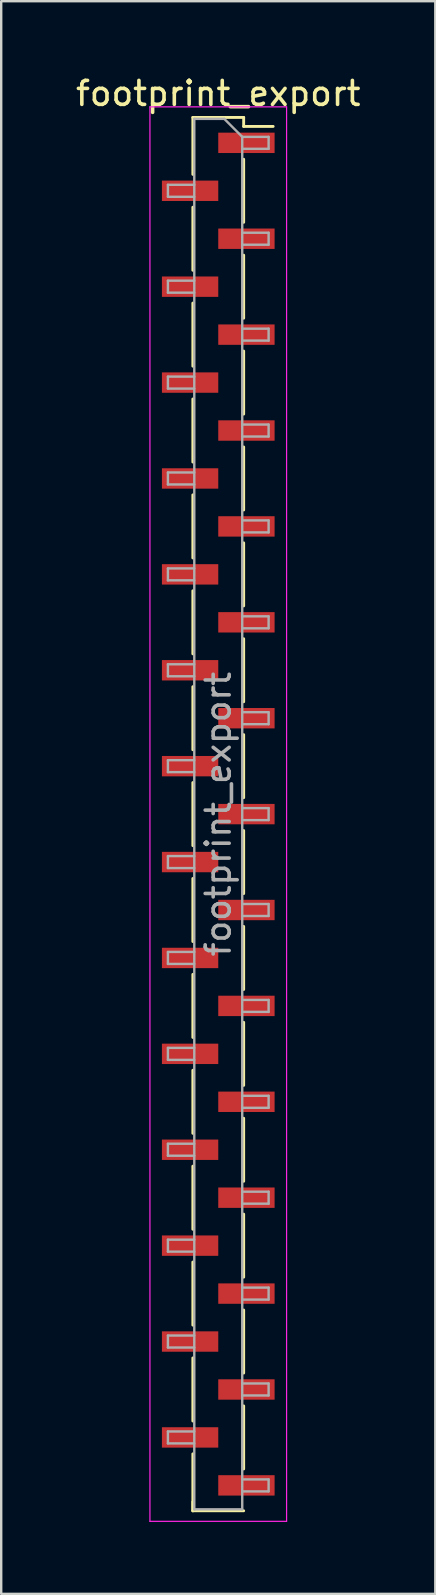
<source format=kicad_pcb>
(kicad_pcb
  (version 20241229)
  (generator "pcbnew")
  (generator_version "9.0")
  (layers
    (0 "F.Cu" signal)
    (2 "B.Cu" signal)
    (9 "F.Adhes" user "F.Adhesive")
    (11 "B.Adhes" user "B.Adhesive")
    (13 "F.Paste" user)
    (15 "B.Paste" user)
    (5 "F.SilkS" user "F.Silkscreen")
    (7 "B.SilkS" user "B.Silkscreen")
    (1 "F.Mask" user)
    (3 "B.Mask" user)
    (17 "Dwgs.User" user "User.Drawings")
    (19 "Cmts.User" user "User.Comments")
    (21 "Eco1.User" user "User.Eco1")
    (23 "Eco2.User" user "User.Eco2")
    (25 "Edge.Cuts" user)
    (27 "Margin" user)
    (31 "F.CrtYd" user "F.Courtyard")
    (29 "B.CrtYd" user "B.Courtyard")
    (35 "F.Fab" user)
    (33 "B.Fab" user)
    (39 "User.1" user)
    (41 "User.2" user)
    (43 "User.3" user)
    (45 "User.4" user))
  (footprint "footprint_export"
    (layer "F.Cu")
    (at 6.054 30.908)
    (property "Reference" "footprint_export" (at 0 -30.06 0) (layer "F.SilkS") (effects (font (size 1 1) (thickness 0.15))))
    (attr smd)
    (fp_line (start -1.06 -29.06) (end -1.06 -26.685) (stroke (width 0.12) (type solid)) (layer "F.SilkS"))
    (fp_line (start -1.06 -29.06) (end 1.06 -29.06) (stroke (width 0.12) (type solid)) (layer "F.SilkS"))
    (fp_line (start -1.06 -25.315) (end -1.06 -22.685) (stroke (width 0.12) (type solid)) (layer "F.SilkS"))
    (fp_line (start -1.06 -21.315) (end -1.06 -18.685) (stroke (width 0.12) (type solid)) (layer "F.SilkS"))
    (fp_line (start -1.06 -17.315) (end -1.06 -14.685) (stroke (width 0.12) (type solid)) (layer "F.SilkS"))
    (fp_line (start -1.06 -13.315) (end -1.06 -10.685) (stroke (width 0.12) (type solid)) (layer "F.SilkS"))
    (fp_line (start -1.06 -9.315) (end -1.06 -6.685) (stroke (width 0.12) (type solid)) (layer "F.SilkS"))
    (fp_line (start -1.06 -5.315) (end -1.06 -2.685) (stroke (width 0.12) (type solid)) (layer "F.SilkS"))
    (fp_line (start -1.06 -1.315) (end -1.06 1.315) (stroke (width 0.12) (type solid)) (layer "F.SilkS"))
    (fp_line (start -1.06 2.685) (end -1.06 5.315) (stroke (width 0.12) (type solid)) (layer "F.SilkS"))
    (fp_line (start -1.06 6.685) (end -1.06 9.315) (stroke (width 0.12) (type solid)) (layer "F.SilkS"))
    (fp_line (start -1.06 10.685) (end -1.06 13.315) (stroke (width 0.12) (type solid)) (layer "F.SilkS"))
    (fp_line (start -1.06 14.685) (end -1.06 17.315) (stroke (width 0.12) (type solid)) (layer "F.SilkS"))
    (fp_line (start -1.06 18.685) (end -1.06 21.315) (stroke (width 0.12) (type solid)) (layer "F.SilkS"))
    (fp_line (start -1.06 22.685) (end -1.06 25.315) (stroke (width 0.12) (type solid)) (layer "F.SilkS"))
    (fp_line (start -1.06 26.685) (end -1.06 29.06) (stroke (width 0.12) (type solid)) (layer "F.SilkS"))
    (fp_line (start -1.06 28.685) (end -1.06 29.06) (stroke (width 0.12) (type solid)) (layer "F.SilkS"))
    (fp_line (start -1.06 29.06) (end 1.06 29.06) (stroke (width 0.12) (type solid)) (layer "F.SilkS"))
    (fp_line (start 1.06 -29.06) (end 1.06 -28.685) (stroke (width 0.12) (type solid)) (layer "F.SilkS"))
    (fp_line (start 1.06 -28.685) (end 2.29 -28.685) (stroke (width 0.12) (type solid)) (layer "F.SilkS"))
    (fp_line (start 1.06 -27.315) (end 1.06 -24.685) (stroke (width 0.12) (type solid)) (layer "F.SilkS"))
    (fp_line (start 1.06 -23.315) (end 1.06 -20.685) (stroke (width 0.12) (type solid)) (layer "F.SilkS"))
    (fp_line (start 1.06 -19.315) (end 1.06 -16.685) (stroke (width 0.12) (type solid)) (layer "F.SilkS"))
    (fp_line (start 1.06 -15.315) (end 1.06 -12.685) (stroke (width 0.12) (type solid)) (layer "F.SilkS"))
    (fp_line (start 1.06 -11.315) (end 1.06 -8.685) (stroke (width 0.12) (type solid)) (layer "F.SilkS"))
    (fp_line (start 1.06 -7.315) (end 1.06 -4.685) (stroke (width 0.12) (type solid)) (layer "F.SilkS"))
    (fp_line (start 1.06 -3.315) (end 1.06 -0.685) (stroke (width 0.12) (type solid)) (layer "F.SilkS"))
    (fp_line (start 1.06 0.685) (end 1.06 3.315) (stroke (width 0.12) (type solid)) (layer "F.SilkS"))
    (fp_line (start 1.06 4.685) (end 1.06 7.315) (stroke (width 0.12) (type solid)) (layer "F.SilkS"))
    (fp_line (start 1.06 8.685) (end 1.06 11.315) (stroke (width 0.12) (type solid)) (layer "F.SilkS"))
    (fp_line (start 1.06 12.685) (end 1.06 15.315) (stroke (width 0.12) (type solid)) (layer "F.SilkS"))
    (fp_line (start 1.06 16.685) (end 1.06 19.315) (stroke (width 0.12) (type solid)) (layer "F.SilkS"))
    (fp_line (start 1.06 20.685) (end 1.06 23.315) (stroke (width 0.12) (type solid)) (layer "F.SilkS"))
    (fp_line (start 1.06 24.685) (end 1.06 27.315) (stroke (width 0.12) (type solid)) (layer "F.SilkS"))
    (fp_line (start -2.85 -29.5) (end -2.85 29.5) (stroke (width 0.05) (type solid)) (layer "F.CrtYd"))
    (fp_line (start -2.85 29.5) (end 2.85 29.5) (stroke (width 0.05) (type solid)) (layer "F.CrtYd"))
    (fp_line (start 2.85 -29.5) (end -2.85 -29.5) (stroke (width 0.05) (type solid)) (layer "F.CrtYd"))
    (fp_line (start 2.85 29.5) (end 2.85 -29.5) (stroke (width 0.05) (type solid)) (layer "F.CrtYd"))
    (fp_line (start -2.1 -26.25) (end -2.1 -25.75) (stroke (width 0.1) (type solid)) (layer "F.Fab"))
    (fp_line (start -2.1 -25.75) (end -1 -25.75) (stroke (width 0.1) (type solid)) (layer "F.Fab"))
    (fp_line (start -2.1 -22.25) (end -2.1 -21.75) (stroke (width 0.1) (type solid)) (layer "F.Fab"))
    (fp_line (start -2.1 -21.75) (end -1 -21.75) (stroke (width 0.1) (type solid)) (layer "F.Fab"))
    (fp_line (start -2.1 -18.25) (end -2.1 -17.75) (stroke (width 0.1) (type solid)) (layer "F.Fab"))
    (fp_line (start -2.1 -17.75) (end -1 -17.75) (stroke (width 0.1) (type solid)) (layer "F.Fab"))
    (fp_line (start -2.1 -14.25) (end -2.1 -13.75) (stroke (width 0.1) (type solid)) (layer "F.Fab"))
    (fp_line (start -2.1 -13.75) (end -1 -13.75) (stroke (width 0.1) (type solid)) (layer "F.Fab"))
    (fp_line (start -2.1 -10.25) (end -2.1 -9.75) (stroke (width 0.1) (type solid)) (layer "F.Fab"))
    (fp_line (start -2.1 -9.75) (end -1 -9.75) (stroke (width 0.1) (type solid)) (layer "F.Fab"))
    (fp_line (start -2.1 -6.25) (end -2.1 -5.75) (stroke (width 0.1) (type solid)) (layer "F.Fab"))
    (fp_line (start -2.1 -5.75) (end -1 -5.75) (stroke (width 0.1) (type solid)) (layer "F.Fab"))
    (fp_line (start -2.1 -2.25) (end -2.1 -1.75) (stroke (width 0.1) (type solid)) (layer "F.Fab"))
    (fp_line (start -2.1 -1.75) (end -1 -1.75) (stroke (width 0.1) (type solid)) (layer "F.Fab"))
    (fp_line (start -2.1 1.75) (end -2.1 2.25) (stroke (width 0.1) (type solid)) (layer "F.Fab"))
    (fp_line (start -2.1 2.25) (end -1 2.25) (stroke (width 0.1) (type solid)) (layer "F.Fab"))
    (fp_line (start -2.1 5.75) (end -2.1 6.25) (stroke (width 0.1) (type solid)) (layer "F.Fab"))
    (fp_line (start -2.1 6.25) (end -1 6.25) (stroke (width 0.1) (type solid)) (layer "F.Fab"))
    (fp_line (start -2.1 9.75) (end -2.1 10.25) (stroke (width 0.1) (type solid)) (layer "F.Fab"))
    (fp_line (start -2.1 10.25) (end -1 10.25) (stroke (width 0.1) (type solid)) (layer "F.Fab"))
    (fp_line (start -2.1 13.75) (end -2.1 14.25) (stroke (width 0.1) (type solid)) (layer "F.Fab"))
    (fp_line (start -2.1 14.25) (end -1 14.25) (stroke (width 0.1) (type solid)) (layer "F.Fab"))
    (fp_line (start -2.1 17.75) (end -2.1 18.25) (stroke (width 0.1) (type solid)) (layer "F.Fab"))
    (fp_line (start -2.1 18.25) (end -1 18.25) (stroke (width 0.1) (type solid)) (layer "F.Fab"))
    (fp_line (start -2.1 21.75) (end -2.1 22.25) (stroke (width 0.1) (type solid)) (layer "F.Fab"))
    (fp_line (start -2.1 22.25) (end -1 22.25) (stroke (width 0.1) (type solid)) (layer "F.Fab"))
    (fp_line (start -2.1 25.75) (end -2.1 26.25) (stroke (width 0.1) (type solid)) (layer "F.Fab"))
    (fp_line (start -2.1 26.25) (end -1 26.25) (stroke (width 0.1) (type solid)) (layer "F.Fab"))
    (fp_line (start -1 -29) (end -1 29) (stroke (width 0.1) (type solid)) (layer "F.Fab"))
    (fp_line (start -1 -29) (end 0.25 -29) (stroke (width 0.1) (type solid)) (layer "F.Fab"))
    (fp_line (start -1 -26.25) (end -2.1 -26.25) (stroke (width 0.1) (type solid)) (layer "F.Fab"))
    (fp_line (start -1 -22.25) (end -2.1 -22.25) (stroke (width 0.1) (type solid)) (layer "F.Fab"))
    (fp_line (start -1 -18.25) (end -2.1 -18.25) (stroke (width 0.1) (type solid)) (layer "F.Fab"))
    (fp_line (start -1 -14.25) (end -2.1 -14.25) (stroke (width 0.1) (type solid)) (layer "F.Fab"))
    (fp_line (start -1 -10.25) (end -2.1 -10.25) (stroke (width 0.1) (type solid)) (layer "F.Fab"))
    (fp_line (start -1 -6.25) (end -2.1 -6.25) (stroke (width 0.1) (type solid)) (layer "F.Fab"))
    (fp_line (start -1 -2.25) (end -2.1 -2.25) (stroke (width 0.1) (type solid)) (layer "F.Fab"))
    (fp_line (start -1 1.75) (end -2.1 1.75) (stroke (width 0.1) (type solid)) (layer "F.Fab"))
    (fp_line (start -1 5.75) (end -2.1 5.75) (stroke (width 0.1) (type solid)) (layer "F.Fab"))
    (fp_line (start -1 9.75) (end -2.1 9.75) (stroke (width 0.1) (type solid)) (layer "F.Fab"))
    (fp_line (start -1 13.75) (end -2.1 13.75) (stroke (width 0.1) (type solid)) (layer "F.Fab"))
    (fp_line (start -1 17.75) (end -2.1 17.75) (stroke (width 0.1) (type solid)) (layer "F.Fab"))
    (fp_line (start -1 21.75) (end -2.1 21.75) (stroke (width 0.1) (type solid)) (layer "F.Fab"))
    (fp_line (start -1 25.75) (end -2.1 25.75) (stroke (width 0.1) (type solid)) (layer "F.Fab"))
    (fp_line (start 1 -28.25) (end 0.25 -29) (stroke (width 0.1) (type solid)) (layer "F.Fab"))
    (fp_line (start 1 -28.25) (end 2.1 -28.25) (stroke (width 0.1) (type solid)) (layer "F.Fab"))
    (fp_line (start 1 -24.25) (end 2.1 -24.25) (stroke (width 0.1) (type solid)) (layer "F.Fab"))
    (fp_line (start 1 -20.25) (end 2.1 -20.25) (stroke (width 0.1) (type solid)) (layer "F.Fab"))
    (fp_line (start 1 -16.25) (end 2.1 -16.25) (stroke (width 0.1) (type solid)) (layer "F.Fab"))
    (fp_line (start 1 -12.25) (end 2.1 -12.25) (stroke (width 0.1) (type solid)) (layer "F.Fab"))
    (fp_line (start 1 -8.25) (end 2.1 -8.25) (stroke (width 0.1) (type solid)) (layer "F.Fab"))
    (fp_line (start 1 -4.25) (end 2.1 -4.25) (stroke (width 0.1) (type solid)) (layer "F.Fab"))
    (fp_line (start 1 -0.25) (end 2.1 -0.25) (stroke (width 0.1) (type solid)) (layer "F.Fab"))
    (fp_line (start 1 3.75) (end 2.1 3.75) (stroke (width 0.1) (type solid)) (layer "F.Fab"))
    (fp_line (start 1 7.75) (end 2.1 7.75) (stroke (width 0.1) (type solid)) (layer "F.Fab"))
    (fp_line (start 1 11.75) (end 2.1 11.75) (stroke (width 0.1) (type solid)) (layer "F.Fab"))
    (fp_line (start 1 15.75) (end 2.1 15.75) (stroke (width 0.1) (type solid)) (layer "F.Fab"))
    (fp_line (start 1 19.75) (end 2.1 19.75) (stroke (width 0.1) (type solid)) (layer "F.Fab"))
    (fp_line (start 1 23.75) (end 2.1 23.75) (stroke (width 0.1) (type solid)) (layer "F.Fab"))
    (fp_line (start 1 27.75) (end 2.1 27.75) (stroke (width 0.1) (type solid)) (layer "F.Fab"))
    (fp_line (start 1 29) (end -1 29) (stroke (width 0.1) (type solid)) (layer "F.Fab"))
    (fp_line (start 1 29) (end 1 -28.25) (stroke (width 0.1) (type solid)) (layer "F.Fab"))
    (fp_line (start 2.1 -28.25) (end 2.1 -27.75) (stroke (width 0.1) (type solid)) (layer "F.Fab"))
    (fp_line (start 2.1 -27.75) (end 1 -27.75) (stroke (width 0.1) (type solid)) (layer "F.Fab"))
    (fp_line (start 2.1 -24.25) (end 2.1 -23.75) (stroke (width 0.1) (type solid)) (layer "F.Fab"))
    (fp_line (start 2.1 -23.75) (end 1 -23.75) (stroke (width 0.1) (type solid)) (layer "F.Fab"))
    (fp_line (start 2.1 -20.25) (end 2.1 -19.75) (stroke (width 0.1) (type solid)) (layer "F.Fab"))
    (fp_line (start 2.1 -19.75) (end 1 -19.75) (stroke (width 0.1) (type solid)) (layer "F.Fab"))
    (fp_line (start 2.1 -16.25) (end 2.1 -15.75) (stroke (width 0.1) (type solid)) (layer "F.Fab"))
    (fp_line (start 2.1 -15.75) (end 1 -15.75) (stroke (width 0.1) (type solid)) (layer "F.Fab"))
    (fp_line (start 2.1 -12.25) (end 2.1 -11.75) (stroke (width 0.1) (type solid)) (layer "F.Fab"))
    (fp_line (start 2.1 -11.75) (end 1 -11.75) (stroke (width 0.1) (type solid)) (layer "F.Fab"))
    (fp_line (start 2.1 -8.25) (end 2.1 -7.75) (stroke (width 0.1) (type solid)) (layer "F.Fab"))
    (fp_line (start 2.1 -7.75) (end 1 -7.75) (stroke (width 0.1) (type solid)) (layer "F.Fab"))
    (fp_line (start 2.1 -4.25) (end 2.1 -3.75) (stroke (width 0.1) (type solid)) (layer "F.Fab"))
    (fp_line (start 2.1 -3.75) (end 1 -3.75) (stroke (width 0.1) (type solid)) (layer "F.Fab"))
    (fp_line (start 2.1 -0.25) (end 2.1 0.25) (stroke (width 0.1) (type solid)) (layer "F.Fab"))
    (fp_line (start 2.1 0.25) (end 1 0.25) (stroke (width 0.1) (type solid)) (layer "F.Fab"))
    (fp_line (start 2.1 3.75) (end 2.1 4.25) (stroke (width 0.1) (type solid)) (layer "F.Fab"))
    (fp_line (start 2.1 4.25) (end 1 4.25) (stroke (width 0.1) (type solid)) (layer "F.Fab"))
    (fp_line (start 2.1 7.75) (end 2.1 8.25) (stroke (width 0.1) (type solid)) (layer "F.Fab"))
    (fp_line (start 2.1 8.25) (end 1 8.25) (stroke (width 0.1) (type solid)) (layer "F.Fab"))
    (fp_line (start 2.1 11.75) (end 2.1 12.25) (stroke (width 0.1) (type solid)) (layer "F.Fab"))
    (fp_line (start 2.1 12.25) (end 1 12.25) (stroke (width 0.1) (type solid)) (layer "F.Fab"))
    (fp_line (start 2.1 15.75) (end 2.1 16.25) (stroke (width 0.1) (type solid)) (layer "F.Fab"))
    (fp_line (start 2.1 16.25) (end 1 16.25) (stroke (width 0.1) (type solid)) (layer "F.Fab"))
    (fp_line (start 2.1 19.75) (end 2.1 20.25) (stroke (width 0.1) (type solid)) (layer "F.Fab"))
    (fp_line (start 2.1 20.25) (end 1 20.25) (stroke (width 0.1) (type solid)) (layer "F.Fab"))
    (fp_line (start 2.1 23.75) (end 2.1 24.25) (stroke (width 0.1) (type solid)) (layer "F.Fab"))
    (fp_line (start 2.1 24.25) (end 1 24.25) (stroke (width 0.1) (type solid)) (layer "F.Fab"))
    (fp_line (start 2.1 27.75) (end 2.1 28.25) (stroke (width 0.1) (type solid)) (layer "F.Fab"))
    (fp_line (start 2.1 28.25) (end 1 28.25) (stroke (width 0.1) (type solid)) (layer "F.Fab"))
    (fp_text user "${REFERENCE}" (at 0 0 90) (layer "F.Fab") (effects (font (size 1 1) (thickness 0.15))))
    (pad "1" smd rect (at 1.175 -28) (size 2.35 0.85) (layers "F.Cu" "F.Mask" "F.Paste"))
    (pad "2" smd rect (at -1.175 -26) (size 2.35 0.85) (layers "F.Cu" "F.Mask" "F.Paste"))
    (pad "3" smd rect (at 1.175 -24) (size 2.35 0.85) (layers "F.Cu" "F.Mask" "F.Paste"))
    (pad "4" smd rect (at -1.175 -22) (size 2.35 0.85) (layers "F.Cu" "F.Mask" "F.Paste"))
    (pad "5" smd rect (at 1.175 -20) (size 2.35 0.85) (layers "F.Cu" "F.Mask" "F.Paste"))
    (pad "6" smd rect (at -1.175 -18) (size 2.35 0.85) (layers "F.Cu" "F.Mask" "F.Paste"))
    (pad "7" smd rect (at 1.175 -16) (size 2.35 0.85) (layers "F.Cu" "F.Mask" "F.Paste"))
    (pad "8" smd rect (at -1.175 -14) (size 2.35 0.85) (layers "F.Cu" "F.Mask" "F.Paste"))
    (pad "9" smd rect (at 1.175 -12) (size 2.35 0.85) (layers "F.Cu" "F.Mask" "F.Paste"))
    (pad "10" smd rect (at -1.175 -10) (size 2.35 0.85) (layers "F.Cu" "F.Mask" "F.Paste"))
    (pad "11" smd rect (at 1.175 -8) (size 2.35 0.85) (layers "F.Cu" "F.Mask" "F.Paste"))
    (pad "12" smd rect (at -1.175 -6) (size 2.35 0.85) (layers "F.Cu" "F.Mask" "F.Paste"))
    (pad "13" smd rect (at 1.175 -4) (size 2.35 0.85) (layers "F.Cu" "F.Mask" "F.Paste"))
    (pad "14" smd rect (at -1.175 -2) (size 2.35 0.85) (layers "F.Cu" "F.Mask" "F.Paste"))
    (pad "15" smd rect (at 1.175 0) (size 2.35 0.85) (layers "F.Cu" "F.Mask" "F.Paste"))
    (pad "16" smd rect (at -1.175 2) (size 2.35 0.85) (layers "F.Cu" "F.Mask" "F.Paste"))
    (pad "17" smd rect (at 1.175 4) (size 2.35 0.85) (layers "F.Cu" "F.Mask" "F.Paste"))
    (pad "18" smd rect (at -1.175 6) (size 2.35 0.85) (layers "F.Cu" "F.Mask" "F.Paste"))
    (pad "19" smd rect (at 1.175 8) (size 2.35 0.85) (layers "F.Cu" "F.Mask" "F.Paste"))
    (pad "20" smd rect (at -1.175 10) (size 2.35 0.85) (layers "F.Cu" "F.Mask" "F.Paste"))
    (pad "21" smd rect (at 1.175 12) (size 2.35 0.85) (layers "F.Cu" "F.Mask" "F.Paste"))
    (pad "22" smd rect (at -1.175 14) (size 2.35 0.85) (layers "F.Cu" "F.Mask" "F.Paste"))
    (pad "23" smd rect (at 1.175 16) (size 2.35 0.85) (layers "F.Cu" "F.Mask" "F.Paste"))
    (pad "24" smd rect (at -1.175 18) (size 2.35 0.85) (layers "F.Cu" "F.Mask" "F.Paste"))
    (pad "25" smd rect (at 1.175 20) (size 2.35 0.85) (layers "F.Cu" "F.Mask" "F.Paste"))
    (pad "26" smd rect (at -1.175 22) (size 2.35 0.85) (layers "F.Cu" "F.Mask" "F.Paste"))
    (pad "27" smd rect (at 1.175 24) (size 2.35 0.85) (layers "F.Cu" "F.Mask" "F.Paste"))
    (pad "28" smd rect (at -1.175 26) (size 2.35 0.85) (layers "F.Cu" "F.Mask" "F.Paste"))
    (pad "29" smd rect (at 1.175 28) (size 2.35 0.85) (layers "F.Cu" "F.Mask" "F.Paste")))
  (gr_rect
    (start -3 -3)
    (end 15.107 63.433)
    (stroke (width 0.1) (type default))
    (fill no)
    (layer "Edge.Cuts")))
</source>
